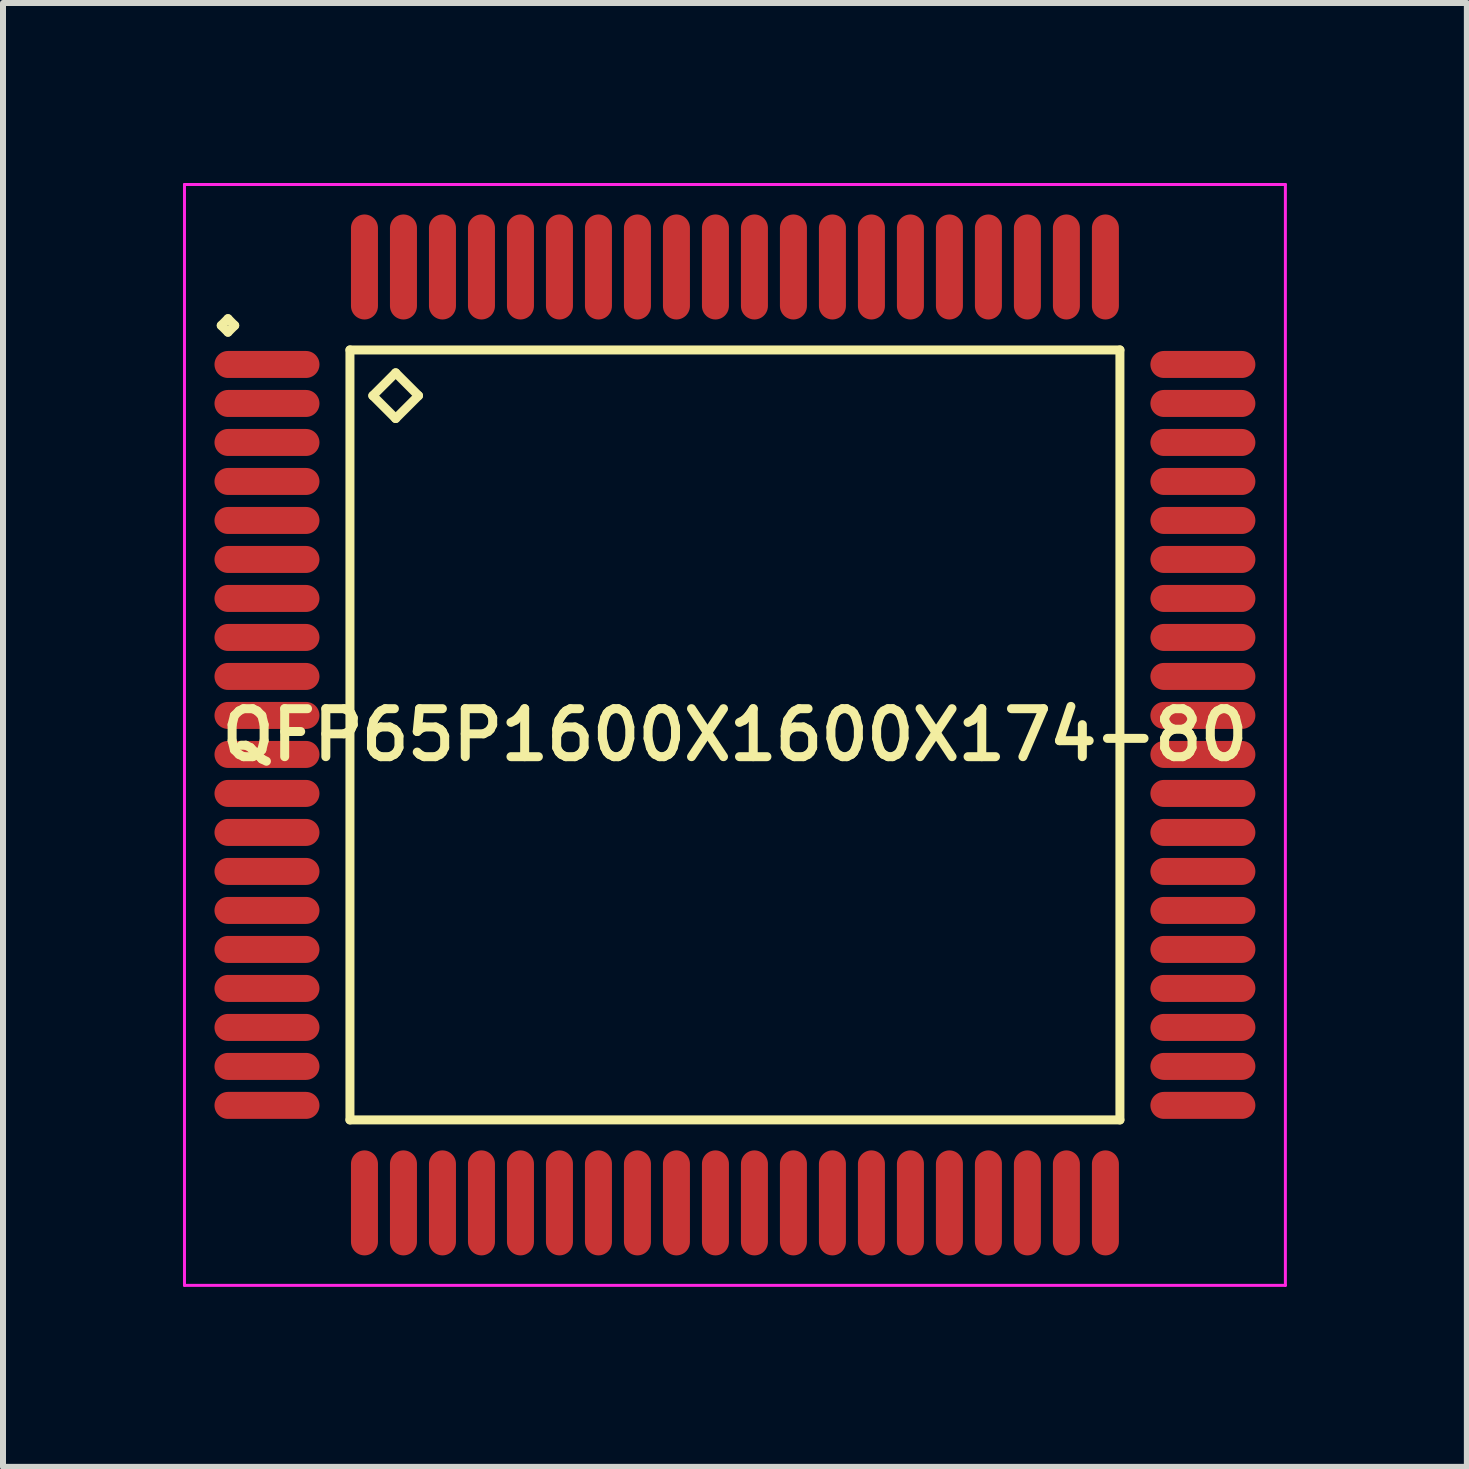
<source format=kicad_pcb>
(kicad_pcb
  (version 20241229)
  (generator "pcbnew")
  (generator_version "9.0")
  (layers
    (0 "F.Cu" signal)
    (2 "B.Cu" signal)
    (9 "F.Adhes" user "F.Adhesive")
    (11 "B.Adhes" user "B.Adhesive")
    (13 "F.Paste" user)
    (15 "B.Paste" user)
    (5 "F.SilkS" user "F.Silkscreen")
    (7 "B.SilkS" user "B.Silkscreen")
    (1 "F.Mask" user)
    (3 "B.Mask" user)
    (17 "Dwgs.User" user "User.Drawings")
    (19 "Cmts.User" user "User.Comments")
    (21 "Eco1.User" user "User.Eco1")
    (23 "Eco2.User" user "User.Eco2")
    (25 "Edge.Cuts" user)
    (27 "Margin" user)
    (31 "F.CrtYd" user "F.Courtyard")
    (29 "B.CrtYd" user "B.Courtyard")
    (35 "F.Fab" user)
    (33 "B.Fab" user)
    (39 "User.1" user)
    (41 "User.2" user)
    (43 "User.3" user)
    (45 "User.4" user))
  (footprint "QFP65P1600X1600X174-80"
    (layer "F.Cu")
    (at 9.2 9.2)
    (property "Reference" "QFP65P1600X1600X174-80" (at 0 0 0) (layer "F.SilkS") (effects (font (size 0.8 0.8) (thickness 0.15))))
    (attr smd)
    (fp_line (start -8.562 -6.825) (end -8.45 -6.938) (stroke (width 0.15) (type solid)) (layer "F.SilkS"))
    (fp_line (start -8.45 -6.938) (end -8.338 -6.825) (stroke (width 0.15) (type solid)) (layer "F.SilkS"))
    (fp_line (start -8.45 -6.713) (end -8.562 -6.825) (stroke (width 0.15) (type solid)) (layer "F.SilkS"))
    (fp_line (start -8.338 -6.825) (end -8.45 -6.713) (stroke (width 0.15) (type solid)) (layer "F.SilkS"))
    (fp_line (start -6.417 -6.417) (end -6.417 6.417) (stroke (width 0.15) (type solid)) (layer "F.SilkS"))
    (fp_line (start -6.417 6.417) (end 6.417 6.417) (stroke (width 0.15) (type solid)) (layer "F.SilkS"))
    (fp_line (start -6.036 -5.655) (end -5.655 -6.036) (stroke (width 0.15) (type solid)) (layer "F.SilkS"))
    (fp_line (start -5.655 -6.036) (end -5.274 -5.655) (stroke (width 0.15) (type solid)) (layer "F.SilkS"))
    (fp_line (start -5.655 -5.274) (end -6.036 -5.655) (stroke (width 0.15) (type solid)) (layer "F.SilkS"))
    (fp_line (start -5.274 -5.655) (end -5.655 -5.274) (stroke (width 0.15) (type solid)) (layer "F.SilkS"))
    (fp_line (start 6.417 -6.417) (end -6.417 -6.417) (stroke (width 0.15) (type solid)) (layer "F.SilkS"))
    (fp_line (start 6.417 6.417) (end 6.417 -6.417) (stroke (width 0.15) (type solid)) (layer "F.SilkS"))
    (fp_line (start -9.175 -9.175) (end 9.175 -9.175) (stroke (width 0.05) (type solid)) (layer "F.CrtYd"))
    (fp_line (start -9.175 9.175) (end -9.175 -9.175) (stroke (width 0.05) (type solid)) (layer "F.CrtYd"))
    (fp_line (start 9.175 -9.175) (end 9.175 9.175) (stroke (width 0.05) (type solid)) (layer "F.CrtYd"))
    (fp_line (start 9.175 9.175) (end -9.175 9.175) (stroke (width 0.05) (type solid)) (layer "F.CrtYd"))
    (pad "1" smd oval (at -7.8 -6.175) (size 1.75 0.45) (layers "F.Cu" "F.Mask" "F.Paste"))
    (pad "2" smd oval (at -7.8 -5.525) (size 1.75 0.45) (layers "F.Cu" "F.Mask" "F.Paste"))
    (pad "3" smd oval (at -7.8 -4.875) (size 1.75 0.45) (layers "F.Cu" "F.Mask" "F.Paste"))
    (pad "4" smd oval (at -7.8 -4.225) (size 1.75 0.45) (layers "F.Cu" "F.Mask" "F.Paste"))
    (pad "5" smd oval (at -7.8 -3.575) (size 1.75 0.45) (layers "F.Cu" "F.Mask" "F.Paste"))
    (pad "6" smd oval (at -7.8 -2.925) (size 1.75 0.45) (layers "F.Cu" "F.Mask" "F.Paste"))
    (pad "7" smd oval (at -7.8 -2.275) (size 1.75 0.45) (layers "F.Cu" "F.Mask" "F.Paste"))
    (pad "8" smd oval (at -7.8 -1.625) (size 1.75 0.45) (layers "F.Cu" "F.Mask" "F.Paste"))
    (pad "9" smd oval (at -7.8 -0.975) (size 1.75 0.45) (layers "F.Cu" "F.Mask" "F.Paste"))
    (pad "10" smd oval (at -7.8 -0.325) (size 1.75 0.45) (layers "F.Cu" "F.Mask" "F.Paste"))
    (pad "11" smd oval (at -7.8 0.325) (size 1.75 0.45) (layers "F.Cu" "F.Mask" "F.Paste"))
    (pad "12" smd oval (at -7.8 0.975) (size 1.75 0.45) (layers "F.Cu" "F.Mask" "F.Paste"))
    (pad "13" smd oval (at -7.8 1.625) (size 1.75 0.45) (layers "F.Cu" "F.Mask" "F.Paste"))
    (pad "14" smd oval (at -7.8 2.275) (size 1.75 0.45) (layers "F.Cu" "F.Mask" "F.Paste"))
    (pad "15" smd oval (at -7.8 2.925) (size 1.75 0.45) (layers "F.Cu" "F.Mask" "F.Paste"))
    (pad "16" smd oval (at -7.8 3.575) (size 1.75 0.45) (layers "F.Cu" "F.Mask" "F.Paste"))
    (pad "17" smd oval (at -7.8 4.225) (size 1.75 0.45) (layers "F.Cu" "F.Mask" "F.Paste"))
    (pad "18" smd oval (at -7.8 4.875) (size 1.75 0.45) (layers "F.Cu" "F.Mask" "F.Paste"))
    (pad "19" smd oval (at -7.8 5.525) (size 1.75 0.45) (layers "F.Cu" "F.Mask" "F.Paste"))
    (pad "20" smd oval (at -7.8 6.175) (size 1.75 0.45) (layers "F.Cu" "F.Mask" "F.Paste"))
    (pad "21" smd oval (at -6.175 7.8) (size 0.45 1.75) (layers "F.Cu" "F.Mask" "F.Paste"))
    (pad "22" smd oval (at -5.525 7.8) (size 0.45 1.75) (layers "F.Cu" "F.Mask" "F.Paste"))
    (pad "23" smd oval (at -4.875 7.8) (size 0.45 1.75) (layers "F.Cu" "F.Mask" "F.Paste"))
    (pad "24" smd oval (at -4.225 7.8) (size 0.45 1.75) (layers "F.Cu" "F.Mask" "F.Paste"))
    (pad "25" smd oval (at -3.575 7.8) (size 0.45 1.75) (layers "F.Cu" "F.Mask" "F.Paste"))
    (pad "26" smd oval (at -2.925 7.8) (size 0.45 1.75) (layers "F.Cu" "F.Mask" "F.Paste"))
    (pad "27" smd oval (at -2.275 7.8) (size 0.45 1.75) (layers "F.Cu" "F.Mask" "F.Paste"))
    (pad "28" smd oval (at -1.625 7.8) (size 0.45 1.75) (layers "F.Cu" "F.Mask" "F.Paste"))
    (pad "29" smd oval (at -0.975 7.8) (size 0.45 1.75) (layers "F.Cu" "F.Mask" "F.Paste"))
    (pad "30" smd oval (at -0.325 7.8) (size 0.45 1.75) (layers "F.Cu" "F.Mask" "F.Paste"))
    (pad "31" smd oval (at 0.325 7.8) (size 0.45 1.75) (layers "F.Cu" "F.Mask" "F.Paste"))
    (pad "32" smd oval (at 0.975 7.8) (size 0.45 1.75) (layers "F.Cu" "F.Mask" "F.Paste"))
    (pad "33" smd oval (at 1.625 7.8) (size 0.45 1.75) (layers "F.Cu" "F.Mask" "F.Paste"))
    (pad "34" smd oval (at 2.275 7.8) (size 0.45 1.75) (layers "F.Cu" "F.Mask" "F.Paste"))
    (pad "35" smd oval (at 2.925 7.8) (size 0.45 1.75) (layers "F.Cu" "F.Mask" "F.Paste"))
    (pad "36" smd oval (at 3.575 7.8) (size 0.45 1.75) (layers "F.Cu" "F.Mask" "F.Paste"))
    (pad "37" smd oval (at 4.225 7.8) (size 0.45 1.75) (layers "F.Cu" "F.Mask" "F.Paste"))
    (pad "38" smd oval (at 4.875 7.8) (size 0.45 1.75) (layers "F.Cu" "F.Mask" "F.Paste"))
    (pad "39" smd oval (at 5.525 7.8) (size 0.45 1.75) (layers "F.Cu" "F.Mask" "F.Paste"))
    (pad "40" smd oval (at 6.175 7.8) (size 0.45 1.75) (layers "F.Cu" "F.Mask" "F.Paste"))
    (pad "41" smd oval (at 7.8 6.175) (size 1.75 0.45) (layers "F.Cu" "F.Mask" "F.Paste"))
    (pad "42" smd oval (at 7.8 5.525) (size 1.75 0.45) (layers "F.Cu" "F.Mask" "F.Paste"))
    (pad "43" smd oval (at 7.8 4.875) (size 1.75 0.45) (layers "F.Cu" "F.Mask" "F.Paste"))
    (pad "44" smd oval (at 7.8 4.225) (size 1.75 0.45) (layers "F.Cu" "F.Mask" "F.Paste"))
    (pad "45" smd oval (at 7.8 3.575) (size 1.75 0.45) (layers "F.Cu" "F.Mask" "F.Paste"))
    (pad "46" smd oval (at 7.8 2.925) (size 1.75 0.45) (layers "F.Cu" "F.Mask" "F.Paste"))
    (pad "47" smd oval (at 7.8 2.275) (size 1.75 0.45) (layers "F.Cu" "F.Mask" "F.Paste"))
    (pad "48" smd oval (at 7.8 1.625) (size 1.75 0.45) (layers "F.Cu" "F.Mask" "F.Paste"))
    (pad "49" smd oval (at 7.8 0.975) (size 1.75 0.45) (layers "F.Cu" "F.Mask" "F.Paste"))
    (pad "50" smd oval (at 7.8 0.325) (size 1.75 0.45) (layers "F.Cu" "F.Mask" "F.Paste"))
    (pad "51" smd oval (at 7.8 -0.325) (size 1.75 0.45) (layers "F.Cu" "F.Mask" "F.Paste"))
    (pad "52" smd oval (at 7.8 -0.975) (size 1.75 0.45) (layers "F.Cu" "F.Mask" "F.Paste"))
    (pad "53" smd oval (at 7.8 -1.625) (size 1.75 0.45) (layers "F.Cu" "F.Mask" "F.Paste"))
    (pad "54" smd oval (at 7.8 -2.275) (size 1.75 0.45) (layers "F.Cu" "F.Mask" "F.Paste"))
    (pad "55" smd oval (at 7.8 -2.925) (size 1.75 0.45) (layers "F.Cu" "F.Mask" "F.Paste"))
    (pad "56" smd oval (at 7.8 -3.575) (size 1.75 0.45) (layers "F.Cu" "F.Mask" "F.Paste"))
    (pad "57" smd oval (at 7.8 -4.225) (size 1.75 0.45) (layers "F.Cu" "F.Mask" "F.Paste"))
    (pad "58" smd oval (at 7.8 -4.875) (size 1.75 0.45) (layers "F.Cu" "F.Mask" "F.Paste"))
    (pad "59" smd oval (at 7.8 -5.525) (size 1.75 0.45) (layers "F.Cu" "F.Mask" "F.Paste"))
    (pad "60" smd oval (at 7.8 -6.175) (size 1.75 0.45) (layers "F.Cu" "F.Mask" "F.Paste"))
    (pad "61" smd oval (at 6.175 -7.8) (size 0.45 1.75) (layers "F.Cu" "F.Mask" "F.Paste"))
    (pad "62" smd oval (at 5.525 -7.8) (size 0.45 1.75) (layers "F.Cu" "F.Mask" "F.Paste"))
    (pad "63" smd oval (at 4.875 -7.8) (size 0.45 1.75) (layers "F.Cu" "F.Mask" "F.Paste"))
    (pad "64" smd oval (at 4.225 -7.8) (size 0.45 1.75) (layers "F.Cu" "F.Mask" "F.Paste"))
    (pad "65" smd oval (at 3.575 -7.8) (size 0.45 1.75) (layers "F.Cu" "F.Mask" "F.Paste"))
    (pad "66" smd oval (at 2.925 -7.8) (size 0.45 1.75) (layers "F.Cu" "F.Mask" "F.Paste"))
    (pad "67" smd oval (at 2.275 -7.8) (size 0.45 1.75) (layers "F.Cu" "F.Mask" "F.Paste"))
    (pad "68" smd oval (at 1.625 -7.8) (size 0.45 1.75) (layers "F.Cu" "F.Mask" "F.Paste"))
    (pad "69" smd oval (at 0.975 -7.8) (size 0.45 1.75) (layers "F.Cu" "F.Mask" "F.Paste"))
    (pad "70" smd oval (at 0.325 -7.8) (size 0.45 1.75) (layers "F.Cu" "F.Mask" "F.Paste"))
    (pad "71" smd oval (at -0.325 -7.8) (size 0.45 1.75) (layers "F.Cu" "F.Mask" "F.Paste"))
    (pad "72" smd oval (at -0.975 -7.8) (size 0.45 1.75) (layers "F.Cu" "F.Mask" "F.Paste"))
    (pad "73" smd oval (at -1.625 -7.8) (size 0.45 1.75) (layers "F.Cu" "F.Mask" "F.Paste"))
    (pad "74" smd oval (at -2.275 -7.8) (size 0.45 1.75) (layers "F.Cu" "F.Mask" "F.Paste"))
    (pad "75" smd oval (at -2.925 -7.8) (size 0.45 1.75) (layers "F.Cu" "F.Mask" "F.Paste"))
    (pad "76" smd oval (at -3.575 -7.8) (size 0.45 1.75) (layers "F.Cu" "F.Mask" "F.Paste"))
    (pad "77" smd oval (at -4.225 -7.8) (size 0.45 1.75) (layers "F.Cu" "F.Mask" "F.Paste"))
    (pad "78" smd oval (at -4.875 -7.8) (size 0.45 1.75) (layers "F.Cu" "F.Mask" "F.Paste"))
    (pad "79" smd oval (at -5.525 -7.8) (size 0.45 1.75) (layers "F.Cu" "F.Mask" "F.Paste"))
    (pad "80" smd oval (at -6.175 -7.8) (size 0.45 1.75) (layers "F.Cu" "F.Mask" "F.Paste")))
  (gr_rect
    (start -3 -3)
    (end 21.4 21.4)
    (stroke (width 0.1) (type default))
    (fill no)
    (layer "Edge.Cuts")))
</source>
